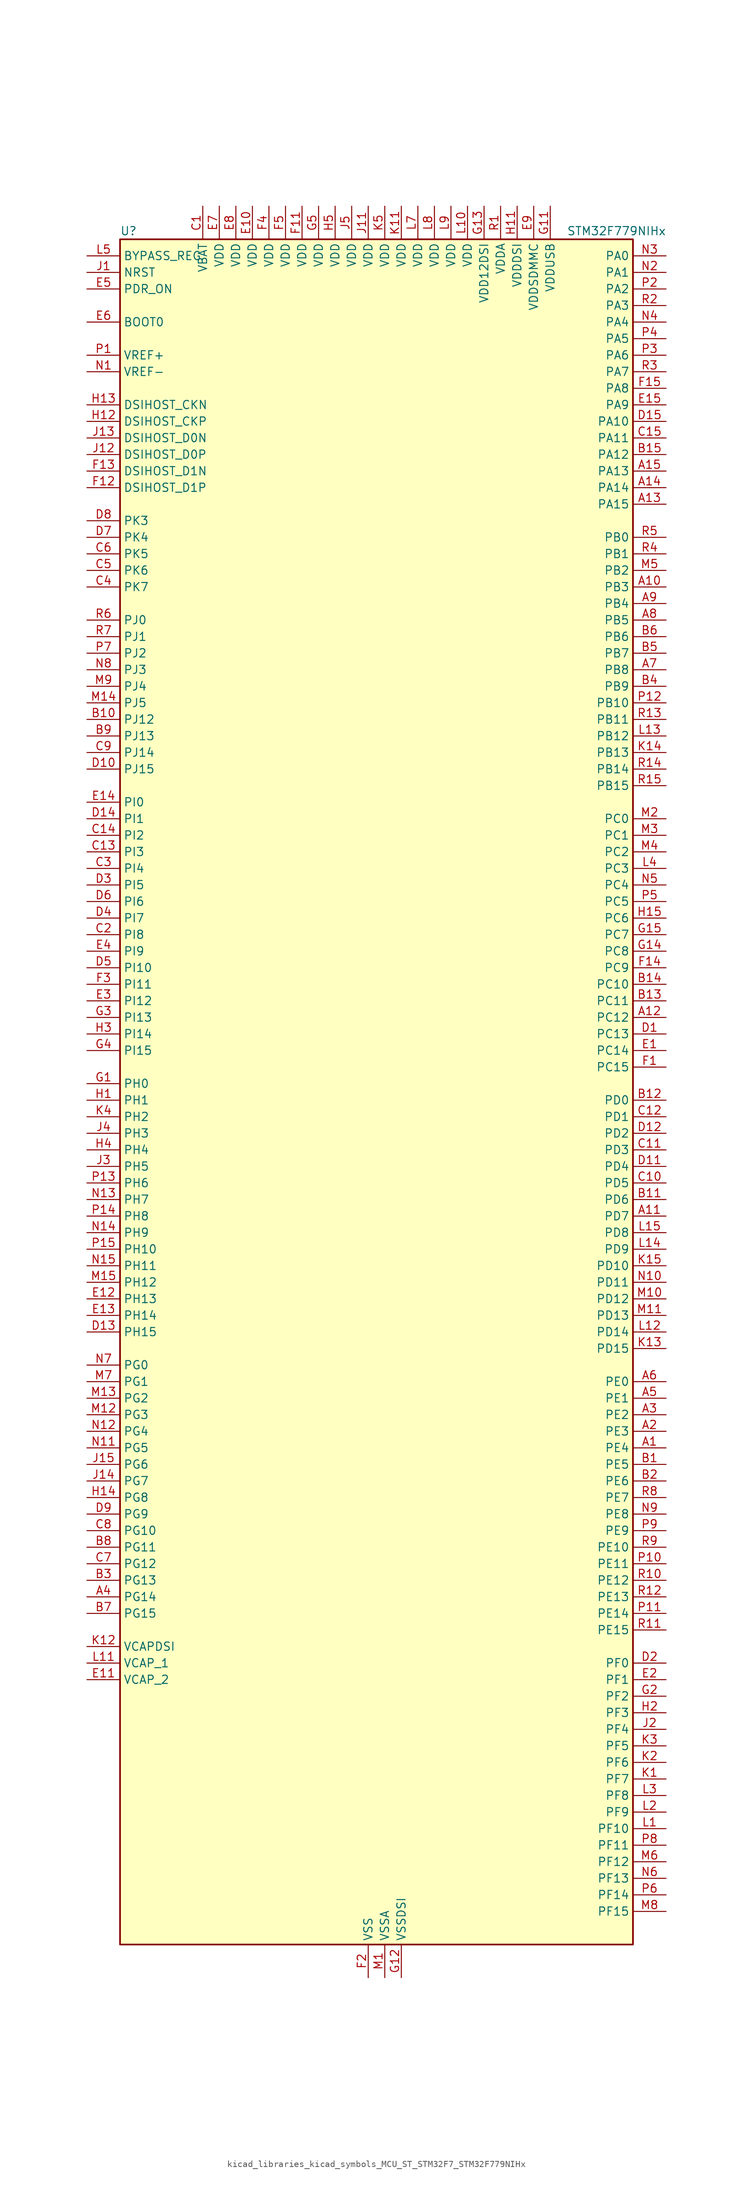
<source format=kicad_sym>
(kicad_symbol_lib
  (version 20220914)
  (generator kicad_symbol_editor)
  (symbol "kicad_libraries_kicad_symbols_MCU_ST_STM32F7_STM32F779NIHx"
    (property "Reference" "U"
      (at -38.1 133.35 0)
      (effects (font (size 1.27 1.27)) (justify left)))
    (property "Value" "STM32F779NIHx"
      (at 30.48 133.35 0)
      (effects (font (size 1.27 1.27)) (justify left)))
    (property "ki_locked" ""
      (at 0 0 0)
      (effects (font (size 1.27 1.27))))
    (symbol "kicad_libraries_kicad_symbols_MCU_ST_STM32F7_STM32F779NIHx_0_1"
      (rectangle (start -38.1 -129.54) (end 40.64 132.08) (stroke (width 0.254) (type default)) (fill (type background))))
    (symbol "kicad_libraries_kicad_symbols_MCU_ST_STM32F7_STM32F779NIHx_1_1"
      (pin bidirectional line (at 45.72 -53.34 180) (length 5.08) (name "PE4" (effects (font (size 1.27 1.27)))) (number "A1" (effects (font (size 1.27 1.27)))) (alternate "DCMI_D4" bidirectional line) (alternate "DFSDM1_DATIN3" bidirectional line) (alternate "FMC_A20" bidirectional line) (alternate "LTDC_B0" bidirectional line) (alternate "SAI1_FS_A" bidirectional line) (alternate "SPI4_NSS" bidirectional line) (alternate "SYS_TRACED1" bidirectional line))
      (pin bidirectional line (at 45.72 78.74 180) (length 5.08) (name "PB3" (effects (font (size 1.27 1.27)))) (number "A10" (effects (font (size 1.27 1.27)))) (alternate "CAN3_RX" bidirectional line) (alternate "I2S1_CK" bidirectional line) (alternate "I2S3_CK" bidirectional line) (alternate "SDMMC2_D2" bidirectional line) (alternate "SPI1_SCK" bidirectional line) (alternate "SPI3_SCK" bidirectional line) (alternate "SPI6_SCK" bidirectional line) (alternate "SYS_JTDO-SWO" bidirectional line) (alternate "TIM2_CH2" bidirectional line) (alternate "UART7_RX" bidirectional line))
      (pin bidirectional line (at 45.72 -17.78 180) (length 5.08) (name "PD7" (effects (font (size 1.27 1.27)))) (number "A11" (effects (font (size 1.27 1.27)))) (alternate "DFSDM1_CKIN1" bidirectional line) (alternate "DFSDM1_DATIN4" bidirectional line) (alternate "FMC_NE1" bidirectional line) (alternate "I2S1_SD" bidirectional line) (alternate "SDMMC2_CMD" bidirectional line) (alternate "SPDIFRX_IN0" bidirectional line) (alternate "SPI1_MOSI" bidirectional line) (alternate "USART2_CK" bidirectional line))
      (pin bidirectional line (at 45.72 12.7 180) (length 5.08) (name "PC12" (effects (font (size 1.27 1.27)))) (number "A12" (effects (font (size 1.27 1.27)))) (alternate "DCMI_D9" bidirectional line) (alternate "I2S3_SD" bidirectional line) (alternate "SDMMC1_CK" bidirectional line) (alternate "SPI3_MOSI" bidirectional line) (alternate "SYS_TRACED3" bidirectional line) (alternate "UART5_TX" bidirectional line) (alternate "USART3_CK" bidirectional line))
      (pin bidirectional line (at 45.72 91.44 180) (length 5.08) (name "PA15" (effects (font (size 1.27 1.27)))) (number "A13" (effects (font (size 1.27 1.27)))) (alternate "CAN3_TX" bidirectional line) (alternate "CEC" bidirectional line) (alternate "I2S1_WS" bidirectional line) (alternate "I2S3_WS" bidirectional line) (alternate "SPI1_NSS" bidirectional line) (alternate "SPI3_NSS" bidirectional line) (alternate "SPI6_NSS" bidirectional line) (alternate "SYS_JTDI" bidirectional line) (alternate "TIM2_CH1" bidirectional line) (alternate "TIM2_ETR" bidirectional line) (alternate "UART4_DE" bidirectional line) (alternate "UART4_RTS" bidirectional line) (alternate "UART7_TX" bidirectional line))
      (pin bidirectional line (at 45.72 93.98 180) (length 5.08) (name "PA14" (effects (font (size 1.27 1.27)))) (number "A14" (effects (font (size 1.27 1.27)))) (alternate "SYS_JTCK-SWCLK" bidirectional line))
      (pin bidirectional line (at 45.72 96.52 180) (length 5.08) (name "PA13" (effects (font (size 1.27 1.27)))) (number "A15" (effects (font (size 1.27 1.27)))) (alternate "SYS_JTMS-SWDIO" bidirectional line))
      (pin bidirectional line (at 45.72 -50.8 180) (length 5.08) (name "PE3" (effects (font (size 1.27 1.27)))) (number "A2" (effects (font (size 1.27 1.27)))) (alternate "FMC_A19" bidirectional line) (alternate "SAI1_SD_B" bidirectional line) (alternate "SYS_TRACED0" bidirectional line))
      (pin bidirectional line (at 45.72 -48.26 180) (length 5.08) (name "PE2" (effects (font (size 1.27 1.27)))) (number "A3" (effects (font (size 1.27 1.27)))) (alternate "ETH_TXD3" bidirectional line) (alternate "FMC_A23" bidirectional line) (alternate "QUADSPI_BK1_IO2" bidirectional line) (alternate "SAI1_MCLK_A" bidirectional line) (alternate "SPI4_SCK" bidirectional line) (alternate "SYS_TRACECLK" bidirectional line))
      (pin bidirectional line (at -43.18 -76.2 0) (length 5.08) (name "PG14" (effects (font (size 1.27 1.27)))) (number "A4" (effects (font (size 1.27 1.27)))) (alternate "ETH_TXD1" bidirectional line) (alternate "FMC_A25" bidirectional line) (alternate "LPTIM1_ETR" bidirectional line) (alternate "LTDC_B0" bidirectional line) (alternate "QUADSPI_BK2_IO3" bidirectional line) (alternate "SPI6_MOSI" bidirectional line) (alternate "SYS_TRACED1" bidirectional line) (alternate "USART6_TX" bidirectional line))
      (pin bidirectional line (at 45.72 -45.72 180) (length 5.08) (name "PE1" (effects (font (size 1.27 1.27)))) (number "A5" (effects (font (size 1.27 1.27)))) (alternate "DCMI_D3" bidirectional line) (alternate "FMC_NBL1" bidirectional line) (alternate "LPTIM1_IN2" bidirectional line) (alternate "UART8_TX" bidirectional line))
      (pin bidirectional line (at 45.72 -43.18 180) (length 5.08) (name "PE0" (effects (font (size 1.27 1.27)))) (number "A6" (effects (font (size 1.27 1.27)))) (alternate "DCMI_D2" bidirectional line) (alternate "FMC_NBL0" bidirectional line) (alternate "LPTIM1_ETR" bidirectional line) (alternate "SAI2_MCLK_A" bidirectional line) (alternate "TIM4_ETR" bidirectional line) (alternate "UART8_RX" bidirectional line))
      (pin bidirectional line (at 45.72 66.04 180) (length 5.08) (name "PB8" (effects (font (size 1.27 1.27)))) (number "A7" (effects (font (size 1.27 1.27)))) (alternate "CAN1_RX" bidirectional line) (alternate "DCMI_D6" bidirectional line) (alternate "DFSDM1_CKIN7" bidirectional line) (alternate "ETH_TXD3" bidirectional line) (alternate "I2C1_SCL" bidirectional line) (alternate "I2C4_SCL" bidirectional line) (alternate "LTDC_B6" bidirectional line) (alternate "SDMMC1_D4" bidirectional line) (alternate "SDMMC2_D4" bidirectional line) (alternate "TIM10_CH1" bidirectional line) (alternate "TIM4_CH3" bidirectional line) (alternate "UART5_RX" bidirectional line))
      (pin bidirectional line (at 45.72 73.66 180) (length 5.08) (name "PB5" (effects (font (size 1.27 1.27)))) (number "A8" (effects (font (size 1.27 1.27)))) (alternate "CAN2_RX" bidirectional line) (alternate "DCMI_D10" bidirectional line) (alternate "ETH_PPS_OUT" bidirectional line) (alternate "FMC_SDCKE1" bidirectional line) (alternate "I2C1_SMBA" bidirectional line) (alternate "I2S1_SD" bidirectional line) (alternate "I2S3_SD" bidirectional line) (alternate "LTDC_G7" bidirectional line) (alternate "SPI1_MOSI" bidirectional line) (alternate "SPI3_MOSI" bidirectional line) (alternate "SPI6_MOSI" bidirectional line) (alternate "TIM3_CH2" bidirectional line) (alternate "UART5_RX" bidirectional line) (alternate "USB_OTG_HS_ULPI_D7" bidirectional line))
      (pin bidirectional line (at 45.72 76.2 180) (length 5.08) (name "PB4" (effects (font (size 1.27 1.27)))) (number "A9" (effects (font (size 1.27 1.27)))) (alternate "CAN3_TX" bidirectional line) (alternate "I2S2_WS" bidirectional line) (alternate "SDMMC2_D3" bidirectional line) (alternate "SPI1_MISO" bidirectional line) (alternate "SPI2_NSS" bidirectional line) (alternate "SPI3_MISO" bidirectional line) (alternate "SPI6_MISO" bidirectional line) (alternate "SYS_JTRST" bidirectional line) (alternate "TIM3_CH1" bidirectional line) (alternate "UART7_TX" bidirectional line))
      (pin bidirectional line (at 45.72 -55.88 180) (length 5.08) (name "PE5" (effects (font (size 1.27 1.27)))) (number "B1" (effects (font (size 1.27 1.27)))) (alternate "DCMI_D6" bidirectional line) (alternate "DFSDM1_CKIN3" bidirectional line) (alternate "FMC_A21" bidirectional line) (alternate "LTDC_G0" bidirectional line) (alternate "SAI1_SCK_A" bidirectional line) (alternate "SPI4_MISO" bidirectional line) (alternate "SYS_TRACED2" bidirectional line) (alternate "TIM9_CH1" bidirectional line))
      (pin bidirectional line (at -43.18 58.42 0) (length 5.08) (name "PJ12" (effects (font (size 1.27 1.27)))) (number "B10" (effects (font (size 1.27 1.27)))) (alternate "LTDC_B0" bidirectional line) (alternate "LTDC_G3" bidirectional line))
      (pin bidirectional line (at 45.72 -15.24 180) (length 5.08) (name "PD6" (effects (font (size 1.27 1.27)))) (number "B11" (effects (font (size 1.27 1.27)))) (alternate "DCMI_D10" bidirectional line) (alternate "DFSDM1_CKIN4" bidirectional line) (alternate "DFSDM1_DATIN1" bidirectional line) (alternate "FMC_NWAIT" bidirectional line) (alternate "I2S3_SD" bidirectional line) (alternate "LTDC_B2" bidirectional line) (alternate "SAI1_SD_A" bidirectional line) (alternate "SDMMC2_CK" bidirectional line) (alternate "SPI3_MOSI" bidirectional line) (alternate "USART2_RX" bidirectional line))
      (pin bidirectional line (at 45.72 0 180) (length 5.08) (name "PD0" (effects (font (size 1.27 1.27)))) (number "B12" (effects (font (size 1.27 1.27)))) (alternate "CAN1_RX" bidirectional line) (alternate "DFSDM1_CKIN6" bidirectional line) (alternate "DFSDM1_DATIN7" bidirectional line) (alternate "FMC_D2" bidirectional line) (alternate "FMC_DA2" bidirectional line) (alternate "UART4_RX" bidirectional line))
      (pin bidirectional line (at 45.72 15.24 180) (length 5.08) (name "PC11" (effects (font (size 1.27 1.27)))) (number "B13" (effects (font (size 1.27 1.27)))) (alternate "ADC1_EXTI11" bidirectional line) (alternate "ADC2_EXTI11" bidirectional line) (alternate "ADC3_EXTI11" bidirectional line) (alternate "DCMI_D4" bidirectional line) (alternate "DFSDM1_DATIN5" bidirectional line) (alternate "QUADSPI_BK2_NCS" bidirectional line) (alternate "SDMMC1_D3" bidirectional line) (alternate "SPI3_MISO" bidirectional line) (alternate "UART4_RX" bidirectional line) (alternate "USART3_RX" bidirectional line))
      (pin bidirectional line (at 45.72 17.78 180) (length 5.08) (name "PC10" (effects (font (size 1.27 1.27)))) (number "B14" (effects (font (size 1.27 1.27)))) (alternate "DCMI_D8" bidirectional line) (alternate "DFSDM1_CKIN5" bidirectional line) (alternate "I2S3_CK" bidirectional line) (alternate "LTDC_R2" bidirectional line) (alternate "QUADSPI_BK1_IO1" bidirectional line) (alternate "SDMMC1_D2" bidirectional line) (alternate "SPI3_SCK" bidirectional line) (alternate "UART4_TX" bidirectional line) (alternate "USART3_TX" bidirectional line))
      (pin bidirectional line (at 45.72 99.06 180) (length 5.08) (name "PA12" (effects (font (size 1.27 1.27)))) (number "B15" (effects (font (size 1.27 1.27)))) (alternate "CAN1_TX" bidirectional line) (alternate "I2S2_CK" bidirectional line) (alternate "LTDC_R5" bidirectional line) (alternate "SAI2_FS_B" bidirectional line) (alternate "SPI2_SCK" bidirectional line) (alternate "TIM1_ETR" bidirectional line) (alternate "UART4_TX" bidirectional line) (alternate "USART1_DE" bidirectional line) (alternate "USART1_RTS" bidirectional line) (alternate "USB_OTG_FS_DP" bidirectional line))
      (pin bidirectional line (at 45.72 -58.42 180) (length 5.08) (name "PE6" (effects (font (size 1.27 1.27)))) (number "B2" (effects (font (size 1.27 1.27)))) (alternate "DCMI_D7" bidirectional line) (alternate "FMC_A22" bidirectional line) (alternate "LTDC_G1" bidirectional line) (alternate "SAI1_SD_A" bidirectional line) (alternate "SAI2_MCLK_B" bidirectional line) (alternate "SPI4_MOSI" bidirectional line) (alternate "SYS_TRACED3" bidirectional line) (alternate "TIM1_BKIN2" bidirectional line) (alternate "TIM9_CH2" bidirectional line))
      (pin bidirectional line (at -43.18 -73.66 0) (length 5.08) (name "PG13" (effects (font (size 1.27 1.27)))) (number "B3" (effects (font (size 1.27 1.27)))) (alternate "ETH_TXD0" bidirectional line) (alternate "FMC_A24" bidirectional line) (alternate "LPTIM1_OUT" bidirectional line) (alternate "LTDC_R0" bidirectional line) (alternate "SPI6_SCK" bidirectional line) (alternate "SYS_TRACED0" bidirectional line) (alternate "USART6_CTS" bidirectional line))
      (pin bidirectional line (at 45.72 63.5 180) (length 5.08) (name "PB9" (effects (font (size 1.27 1.27)))) (number "B4" (effects (font (size 1.27 1.27)))) (alternate "CAN1_TX" bidirectional line) (alternate "DAC_EXTI9" bidirectional line) (alternate "DCMI_D7" bidirectional line) (alternate "DFSDM1_DATIN7" bidirectional line) (alternate "I2C1_SDA" bidirectional line) (alternate "I2C4_SDA" bidirectional line) (alternate "I2C4_SMBA" bidirectional line) (alternate "I2S2_WS" bidirectional line) (alternate "LTDC_B7" bidirectional line) (alternate "SDMMC1_D5" bidirectional line) (alternate "SDMMC2_D5" bidirectional line) (alternate "SPI2_NSS" bidirectional line) (alternate "TIM11_CH1" bidirectional line) (alternate "TIM4_CH4" bidirectional line) (alternate "UART5_TX" bidirectional line))
      (pin bidirectional line (at 45.72 68.58 180) (length 5.08) (name "PB7" (effects (font (size 1.27 1.27)))) (number "B5" (effects (font (size 1.27 1.27)))) (alternate "DCMI_VSYNC" bidirectional line) (alternate "DFSDM1_CKIN5" bidirectional line) (alternate "FMC_NL" bidirectional line) (alternate "I2C1_SDA" bidirectional line) (alternate "I2C4_SDA" bidirectional line) (alternate "TIM4_CH2" bidirectional line) (alternate "USART1_RX" bidirectional line))
      (pin bidirectional line (at 45.72 71.12 180) (length 5.08) (name "PB6" (effects (font (size 1.27 1.27)))) (number "B6" (effects (font (size 1.27 1.27)))) (alternate "CAN2_TX" bidirectional line) (alternate "CEC" bidirectional line) (alternate "DCMI_D5" bidirectional line) (alternate "DFSDM1_DATIN5" bidirectional line) (alternate "FMC_SDNE1" bidirectional line) (alternate "I2C1_SCL" bidirectional line) (alternate "I2C4_SCL" bidirectional line) (alternate "QUADSPI_BK1_NCS" bidirectional line) (alternate "TIM4_CH1" bidirectional line) (alternate "UART5_TX" bidirectional line) (alternate "USART1_TX" bidirectional line))
      (pin bidirectional line (at -43.18 -78.74 0) (length 5.08) (name "PG15" (effects (font (size 1.27 1.27)))) (number "B7" (effects (font (size 1.27 1.27)))) (alternate "DCMI_D13" bidirectional line) (alternate "FMC_SDNCAS" bidirectional line) (alternate "USART6_CTS" bidirectional line))
      (pin bidirectional line (at -43.18 -68.58 0) (length 5.08) (name "PG11" (effects (font (size 1.27 1.27)))) (number "B8" (effects (font (size 1.27 1.27)))) (alternate "ADC1_EXTI11" bidirectional line) (alternate "ADC2_EXTI11" bidirectional line) (alternate "ADC3_EXTI11" bidirectional line) (alternate "DCMI_D3" bidirectional line) (alternate "ETH_TX_EN" bidirectional line) (alternate "I2S1_CK" bidirectional line) (alternate "LTDC_B3" bidirectional line) (alternate "SDMMC2_D2" bidirectional line) (alternate "SPDIFRX_IN0" bidirectional line) (alternate "SPI1_SCK" bidirectional line))
      (pin bidirectional line (at -43.18 55.88 0) (length 5.08) (name "PJ13" (effects (font (size 1.27 1.27)))) (number "B9" (effects (font (size 1.27 1.27)))) (alternate "LTDC_B1" bidirectional line) (alternate "LTDC_G4" bidirectional line))
      (pin power_in line (at -25.4 137.16 270) (length 5.08) (name "VBAT" (effects (font (size 1.27 1.27)))) (number "C1" (effects (font (size 1.27 1.27)))))
      (pin bidirectional line (at 45.72 -12.7 180) (length 5.08) (name "PD5" (effects (font (size 1.27 1.27)))) (number "C10" (effects (font (size 1.27 1.27)))) (alternate "FMC_NWE" bidirectional line) (alternate "USART2_TX" bidirectional line))
      (pin bidirectional line (at 45.72 -7.62 180) (length 5.08) (name "PD3" (effects (font (size 1.27 1.27)))) (number "C11" (effects (font (size 1.27 1.27)))) (alternate "DCMI_D5" bidirectional line) (alternate "DFSDM1_CKOUT" bidirectional line) (alternate "DFSDM1_DATIN0" bidirectional line) (alternate "FMC_CLK" bidirectional line) (alternate "I2S2_CK" bidirectional line) (alternate "LTDC_G7" bidirectional line) (alternate "SPI2_SCK" bidirectional line) (alternate "USART2_CTS" bidirectional line))
      (pin bidirectional line (at 45.72 -2.54 180) (length 5.08) (name "PD1" (effects (font (size 1.27 1.27)))) (number "C12" (effects (font (size 1.27 1.27)))) (alternate "CAN1_TX" bidirectional line) (alternate "DFSDM1_CKIN7" bidirectional line) (alternate "DFSDM1_DATIN6" bidirectional line) (alternate "FMC_D3" bidirectional line) (alternate "FMC_DA3" bidirectional line) (alternate "UART4_TX" bidirectional line))
      (pin bidirectional line (at -43.18 38.1 0) (length 5.08) (name "PI3" (effects (font (size 1.27 1.27)))) (number "C13" (effects (font (size 1.27 1.27)))) (alternate "DCMI_D10" bidirectional line) (alternate "FMC_D27" bidirectional line) (alternate "I2S2_SD" bidirectional line) (alternate "SPI2_MOSI" bidirectional line) (alternate "TIM8_ETR" bidirectional line))
      (pin bidirectional line (at -43.18 40.64 0) (length 5.08) (name "PI2" (effects (font (size 1.27 1.27)))) (number "C14" (effects (font (size 1.27 1.27)))) (alternate "DCMI_D9" bidirectional line) (alternate "FMC_D26" bidirectional line) (alternate "LTDC_G7" bidirectional line) (alternate "SPI2_MISO" bidirectional line) (alternate "TIM8_CH4" bidirectional line))
      (pin bidirectional line (at 45.72 101.6 180) (length 5.08) (name "PA11" (effects (font (size 1.27 1.27)))) (number "C15" (effects (font (size 1.27 1.27)))) (alternate "ADC1_EXTI11" bidirectional line) (alternate "ADC2_EXTI11" bidirectional line) (alternate "ADC3_EXTI11" bidirectional line) (alternate "CAN1_RX" bidirectional line) (alternate "I2S2_WS" bidirectional line) (alternate "LTDC_R4" bidirectional line) (alternate "SPI2_NSS" bidirectional line) (alternate "TIM1_CH4" bidirectional line) (alternate "UART4_RX" bidirectional line) (alternate "USART1_CTS" bidirectional line) (alternate "USB_OTG_FS_DM" bidirectional line))
      (pin bidirectional line (at -43.18 25.4 0) (length 5.08) (name "PI8" (effects (font (size 1.27 1.27)))) (number "C2" (effects (font (size 1.27 1.27)))) (alternate "RTC_TAMP2" bidirectional line) (alternate "RTC_TS" bidirectional line) (alternate "SYS_WKUP5" bidirectional line))
      (pin bidirectional line (at -43.18 35.56 0) (length 5.08) (name "PI4" (effects (font (size 1.27 1.27)))) (number "C3" (effects (font (size 1.27 1.27)))) (alternate "DCMI_D5" bidirectional line) (alternate "FMC_NBL2" bidirectional line) (alternate "LTDC_B4" bidirectional line) (alternate "SAI2_MCLK_A" bidirectional line) (alternate "TIM8_BKIN" bidirectional line))
      (pin bidirectional line (at -43.18 78.74 0) (length 5.08) (name "PK7" (effects (font (size 1.27 1.27)))) (number "C4" (effects (font (size 1.27 1.27)))) (alternate "LTDC_DE" bidirectional line))
      (pin bidirectional line (at -43.18 81.28 0) (length 5.08) (name "PK6" (effects (font (size 1.27 1.27)))) (number "C5" (effects (font (size 1.27 1.27)))) (alternate "LTDC_B7" bidirectional line))
      (pin bidirectional line (at -43.18 83.82 0) (length 5.08) (name "PK5" (effects (font (size 1.27 1.27)))) (number "C6" (effects (font (size 1.27 1.27)))) (alternate "LTDC_B6" bidirectional line))
      (pin bidirectional line (at -43.18 -71.12 0) (length 5.08) (name "PG12" (effects (font (size 1.27 1.27)))) (number "C7" (effects (font (size 1.27 1.27)))) (alternate "FMC_NE4" bidirectional line) (alternate "LPTIM1_IN1" bidirectional line) (alternate "LTDC_B1" bidirectional line) (alternate "LTDC_B4" bidirectional line) (alternate "SDMMC2_D3" bidirectional line) (alternate "SPDIFRX_IN1" bidirectional line) (alternate "SPI6_MISO" bidirectional line) (alternate "USART6_DE" bidirectional line) (alternate "USART6_RTS" bidirectional line))
      (pin bidirectional line (at -43.18 -66.04 0) (length 5.08) (name "PG10" (effects (font (size 1.27 1.27)))) (number "C8" (effects (font (size 1.27 1.27)))) (alternate "DCMI_D2" bidirectional line) (alternate "FMC_NE3" bidirectional line) (alternate "I2S1_WS" bidirectional line) (alternate "LTDC_B2" bidirectional line) (alternate "LTDC_G3" bidirectional line) (alternate "SAI2_SD_B" bidirectional line) (alternate "SDMMC2_D1" bidirectional line) (alternate "SPI1_NSS" bidirectional line))
      (pin bidirectional line (at -43.18 53.34 0) (length 5.08) (name "PJ14" (effects (font (size 1.27 1.27)))) (number "C9" (effects (font (size 1.27 1.27)))) (alternate "LTDC_B2" bidirectional line))
      (pin bidirectional line (at 45.72 10.16 180) (length 5.08) (name "PC13" (effects (font (size 1.27 1.27)))) (number "D1" (effects (font (size 1.27 1.27)))) (alternate "RTC_OUT" bidirectional line) (alternate "RTC_TAMP1" bidirectional line) (alternate "RTC_TS" bidirectional line) (alternate "SYS_WKUP4" bidirectional line))
      (pin bidirectional line (at -43.18 50.8 0) (length 5.08) (name "PJ15" (effects (font (size 1.27 1.27)))) (number "D10" (effects (font (size 1.27 1.27)))) (alternate "LTDC_B3" bidirectional line))
      (pin bidirectional line (at 45.72 -10.16 180) (length 5.08) (name "PD4" (effects (font (size 1.27 1.27)))) (number "D11" (effects (font (size 1.27 1.27)))) (alternate "DFSDM1_CKIN0" bidirectional line) (alternate "FMC_NOE" bidirectional line) (alternate "USART2_DE" bidirectional line) (alternate "USART2_RTS" bidirectional line))
      (pin bidirectional line (at 45.72 -5.08 180) (length 5.08) (name "PD2" (effects (font (size 1.27 1.27)))) (number "D12" (effects (font (size 1.27 1.27)))) (alternate "DCMI_D11" bidirectional line) (alternate "SDMMC1_CMD" bidirectional line) (alternate "SYS_TRACED2" bidirectional line) (alternate "TIM3_ETR" bidirectional line) (alternate "UART5_RX" bidirectional line))
      (pin bidirectional line (at -43.18 -35.56 0) (length 5.08) (name "PH15" (effects (font (size 1.27 1.27)))) (number "D13" (effects (font (size 1.27 1.27)))) (alternate "DCMI_D11" bidirectional line) (alternate "FMC_D23" bidirectional line) (alternate "LTDC_G4" bidirectional line) (alternate "TIM8_CH3N" bidirectional line))
      (pin bidirectional line (at -43.18 43.18 0) (length 5.08) (name "PI1" (effects (font (size 1.27 1.27)))) (number "D14" (effects (font (size 1.27 1.27)))) (alternate "DCMI_D8" bidirectional line) (alternate "FMC_D25" bidirectional line) (alternate "I2S2_CK" bidirectional line) (alternate "LTDC_G6" bidirectional line) (alternate "SPI2_SCK" bidirectional line) (alternate "TIM8_BKIN2" bidirectional line))
      (pin bidirectional line (at 45.72 104.14 180) (length 5.08) (name "PA10" (effects (font (size 1.27 1.27)))) (number "D15" (effects (font (size 1.27 1.27)))) (alternate "DCMI_D1" bidirectional line) (alternate "LTDC_B1" bidirectional line) (alternate "LTDC_B4" bidirectional line) (alternate "MDIOS_MDIO" bidirectional line) (alternate "TIM1_CH3" bidirectional line) (alternate "USART1_RX" bidirectional line) (alternate "USB_OTG_FS_ID" bidirectional line))
      (pin bidirectional line (at 45.72 -86.36 180) (length 5.08) (name "PF0" (effects (font (size 1.27 1.27)))) (number "D2" (effects (font (size 1.27 1.27)))) (alternate "FMC_A0" bidirectional line) (alternate "I2C2_SDA" bidirectional line))
      (pin bidirectional line (at -43.18 33.02 0) (length 5.08) (name "PI5" (effects (font (size 1.27 1.27)))) (number "D3" (effects (font (size 1.27 1.27)))) (alternate "DCMI_VSYNC" bidirectional line) (alternate "FMC_NBL3" bidirectional line) (alternate "LTDC_B5" bidirectional line) (alternate "SAI2_SCK_A" bidirectional line) (alternate "TIM8_CH1" bidirectional line))
      (pin bidirectional line (at -43.18 27.94 0) (length 5.08) (name "PI7" (effects (font (size 1.27 1.27)))) (number "D4" (effects (font (size 1.27 1.27)))) (alternate "DCMI_D7" bidirectional line) (alternate "FMC_D29" bidirectional line) (alternate "LTDC_B7" bidirectional line) (alternate "SAI2_FS_A" bidirectional line) (alternate "TIM8_CH3" bidirectional line))
      (pin bidirectional line (at -43.18 20.32 0) (length 5.08) (name "PI10" (effects (font (size 1.27 1.27)))) (number "D5" (effects (font (size 1.27 1.27)))) (alternate "ETH_RX_ER" bidirectional line) (alternate "FMC_D31" bidirectional line) (alternate "LTDC_HSYNC" bidirectional line))
      (pin bidirectional line (at -43.18 30.48 0) (length 5.08) (name "PI6" (effects (font (size 1.27 1.27)))) (number "D6" (effects (font (size 1.27 1.27)))) (alternate "DCMI_D6" bidirectional line) (alternate "FMC_D28" bidirectional line) (alternate "LTDC_B6" bidirectional line) (alternate "SAI2_SD_A" bidirectional line) (alternate "TIM8_CH2" bidirectional line))
      (pin bidirectional line (at -43.18 86.36 0) (length 5.08) (name "PK4" (effects (font (size 1.27 1.27)))) (number "D7" (effects (font (size 1.27 1.27)))) (alternate "LTDC_B5" bidirectional line))
      (pin bidirectional line (at -43.18 88.9 0) (length 5.08) (name "PK3" (effects (font (size 1.27 1.27)))) (number "D8" (effects (font (size 1.27 1.27)))) (alternate "LTDC_B4" bidirectional line))
      (pin bidirectional line (at -43.18 -63.5 0) (length 5.08) (name "PG9" (effects (font (size 1.27 1.27)))) (number "D9" (effects (font (size 1.27 1.27)))) (alternate "DAC_EXTI9" bidirectional line) (alternate "DCMI_VSYNC" bidirectional line) (alternate "FMC_NCE" bidirectional line) (alternate "FMC_NE2" bidirectional line) (alternate "QUADSPI_BK2_IO2" bidirectional line) (alternate "SAI2_FS_B" bidirectional line) (alternate "SDMMC2_D0" bidirectional line) (alternate "SPDIFRX_IN3" bidirectional line) (alternate "SPI1_MISO" bidirectional line) (alternate "USART6_RX" bidirectional line))
      (pin bidirectional line (at 45.72 7.62 180) (length 5.08) (name "PC14" (effects (font (size 1.27 1.27)))) (number "E1" (effects (font (size 1.27 1.27)))) (alternate "RCC_OSC32_IN" bidirectional line))
      (pin power_in line (at -17.78 137.16 270) (length 5.08) (name "VDD" (effects (font (size 1.27 1.27)))) (number "E10" (effects (font (size 1.27 1.27)))))
      (pin power_out line (at -43.18 -88.9 0) (length 5.08) (name "VCAP_2" (effects (font (size 1.27 1.27)))) (number "E11" (effects (font (size 1.27 1.27)))))
      (pin bidirectional line (at -43.18 -30.48 0) (length 5.08) (name "PH13" (effects (font (size 1.27 1.27)))) (number "E12" (effects (font (size 1.27 1.27)))) (alternate "CAN1_TX" bidirectional line) (alternate "FMC_D21" bidirectional line) (alternate "LTDC_G2" bidirectional line) (alternate "TIM8_CH1N" bidirectional line) (alternate "UART4_TX" bidirectional line))
      (pin bidirectional line (at -43.18 -33.02 0) (length 5.08) (name "PH14" (effects (font (size 1.27 1.27)))) (number "E13" (effects (font (size 1.27 1.27)))) (alternate "CAN1_RX" bidirectional line) (alternate "DCMI_D4" bidirectional line) (alternate "FMC_D22" bidirectional line) (alternate "LTDC_G3" bidirectional line) (alternate "TIM8_CH2N" bidirectional line) (alternate "UART4_RX" bidirectional line))
      (pin bidirectional line (at -43.18 45.72 0) (length 5.08) (name "PI0" (effects (font (size 1.27 1.27)))) (number "E14" (effects (font (size 1.27 1.27)))) (alternate "DCMI_D13" bidirectional line) (alternate "FMC_D24" bidirectional line) (alternate "I2S2_WS" bidirectional line) (alternate "LTDC_G5" bidirectional line) (alternate "SPI2_NSS" bidirectional line) (alternate "TIM5_CH4" bidirectional line))
      (pin bidirectional line (at 45.72 106.68 180) (length 5.08) (name "PA9" (effects (font (size 1.27 1.27)))) (number "E15" (effects (font (size 1.27 1.27)))) (alternate "DAC_EXTI9" bidirectional line) (alternate "DCMI_D0" bidirectional line) (alternate "I2C3_SMBA" bidirectional line) (alternate "I2S2_CK" bidirectional line) (alternate "LTDC_R5" bidirectional line) (alternate "SPI2_SCK" bidirectional line) (alternate "TIM1_CH2" bidirectional line) (alternate "USART1_TX" bidirectional line) (alternate "USB_OTG_FS_VBUS" bidirectional line))
      (pin bidirectional line (at 45.72 -88.9 180) (length 5.08) (name "PF1" (effects (font (size 1.27 1.27)))) (number "E2" (effects (font (size 1.27 1.27)))) (alternate "FMC_A1" bidirectional line) (alternate "I2C2_SCL" bidirectional line))
      (pin bidirectional line (at -43.18 15.24 0) (length 5.08) (name "PI12" (effects (font (size 1.27 1.27)))) (number "E3" (effects (font (size 1.27 1.27)))) (alternate "LTDC_HSYNC" bidirectional line))
      (pin bidirectional line (at -43.18 22.86 0) (length 5.08) (name "PI9" (effects (font (size 1.27 1.27)))) (number "E4" (effects (font (size 1.27 1.27)))) (alternate "CAN1_RX" bidirectional line) (alternate "DAC_EXTI9" bidirectional line) (alternate "FMC_D30" bidirectional line) (alternate "LTDC_VSYNC" bidirectional line) (alternate "UART4_RX" bidirectional line))
      (pin input line (at -43.18 124.46 0) (length 5.08) (name "PDR_ON" (effects (font (size 1.27 1.27)))) (number "E5" (effects (font (size 1.27 1.27)))))
      (pin input line (at -43.18 119.38 0) (length 5.08) (name "BOOT0" (effects (font (size 1.27 1.27)))) (number "E6" (effects (font (size 1.27 1.27)))))
      (pin power_in line (at -22.86 137.16 270) (length 5.08) (name "VDD" (effects (font (size 1.27 1.27)))) (number "E7" (effects (font (size 1.27 1.27)))))
      (pin power_in line (at -20.32 137.16 270) (length 5.08) (name "VDD" (effects (font (size 1.27 1.27)))) (number "E8" (effects (font (size 1.27 1.27)))))
      (pin power_in line (at 25.4 137.16 270) (length 5.08) (name "VDDSDMMC" (effects (font (size 1.27 1.27)))) (number "E9" (effects (font (size 1.27 1.27)))))
      (pin bidirectional line (at 45.72 5.08 180) (length 5.08) (name "PC15" (effects (font (size 1.27 1.27)))) (number "F1" (effects (font (size 1.27 1.27)))) (alternate "RCC_OSC32_OUT" bidirectional line))
      (pin passive line (at 0 -134.62 90) (length 5.08) hide (name "VSS" (effects (font (size 1.27 1.27)))) (number "F10" (effects (font (size 1.27 1.27)))))
      (pin power_in line (at -10.16 137.16 270) (length 5.08) (name "VDD" (effects (font (size 1.27 1.27)))) (number "F11" (effects (font (size 1.27 1.27)))))
      (pin bidirectional line (at -43.18 93.98 0) (length 5.08) (name "DSIHOST_D1P" (effects (font (size 1.27 1.27)))) (number "F12" (effects (font (size 1.27 1.27)))) (alternate "DSIHOST_D1P" bidirectional line))
      (pin bidirectional line (at -43.18 96.52 0) (length 5.08) (name "DSIHOST_D1N" (effects (font (size 1.27 1.27)))) (number "F13" (effects (font (size 1.27 1.27)))) (alternate "DSIHOST_D1N" bidirectional line))
      (pin bidirectional line (at 45.72 20.32 180) (length 5.08) (name "PC9" (effects (font (size 1.27 1.27)))) (number "F14" (effects (font (size 1.27 1.27)))) (alternate "DAC_EXTI9" bidirectional line) (alternate "DCMI_D3" bidirectional line) (alternate "I2C3_SDA" bidirectional line) (alternate "I2S_CKIN" bidirectional line) (alternate "LTDC_B2" bidirectional line) (alternate "LTDC_G3" bidirectional line) (alternate "QUADSPI_BK1_IO0" bidirectional line) (alternate "RCC_MCO_2" bidirectional line) (alternate "SDMMC1_D1" bidirectional line) (alternate "TIM3_CH4" bidirectional line) (alternate "TIM8_CH4" bidirectional line) (alternate "UART5_CTS" bidirectional line))
      (pin bidirectional line (at 45.72 109.22 180) (length 5.08) (name "PA8" (effects (font (size 1.27 1.27)))) (number "F15" (effects (font (size 1.27 1.27)))) (alternate "CAN3_RX" bidirectional line) (alternate "I2C3_SCL" bidirectional line) (alternate "LTDC_B3" bidirectional line) (alternate "LTDC_R6" bidirectional line) (alternate "RCC_MCO_1" bidirectional line) (alternate "TIM1_CH1" bidirectional line) (alternate "TIM8_BKIN2" bidirectional line) (alternate "UART7_RX" bidirectional line) (alternate "USART1_CK" bidirectional line) (alternate "USB_OTG_FS_SOF" bidirectional line))
      (pin power_in line (at 0 -134.62 90) (length 5.08) (name "VSS" (effects (font (size 1.27 1.27)))) (number "F2" (effects (font (size 1.27 1.27)))))
      (pin bidirectional line (at -43.18 17.78 0) (length 5.08) (name "PI11" (effects (font (size 1.27 1.27)))) (number "F3" (effects (font (size 1.27 1.27)))) (alternate "ADC1_EXTI11" bidirectional line) (alternate "ADC2_EXTI11" bidirectional line) (alternate "ADC3_EXTI11" bidirectional line) (alternate "LTDC_G6" bidirectional line) (alternate "SYS_WKUP6" bidirectional line) (alternate "USB_OTG_HS_ULPI_DIR" bidirectional line))
      (pin power_in line (at -15.24 137.16 270) (length 5.08) (name "VDD" (effects (font (size 1.27 1.27)))) (number "F4" (effects (font (size 1.27 1.27)))))
      (pin power_in line (at -12.7 137.16 270) (length 5.08) (name "VDD" (effects (font (size 1.27 1.27)))) (number "F5" (effects (font (size 1.27 1.27)))))
      (pin passive line (at 0 -134.62 90) (length 5.08) hide (name "VSS" (effects (font (size 1.27 1.27)))) (number "F6" (effects (font (size 1.27 1.27)))))
      (pin passive line (at 0 -134.62 90) (length 5.08) hide (name "VSS" (effects (font (size 1.27 1.27)))) (number "F7" (effects (font (size 1.27 1.27)))))
      (pin passive line (at 0 -134.62 90) (length 5.08) hide (name "VSS" (effects (font (size 1.27 1.27)))) (number "F8" (effects (font (size 1.27 1.27)))))
      (pin passive line (at 0 -134.62 90) (length 5.08) hide (name "VSS" (effects (font (size 1.27 1.27)))) (number "F9" (effects (font (size 1.27 1.27)))))
      (pin bidirectional line (at -43.18 2.54 0) (length 5.08) (name "PH0" (effects (font (size 1.27 1.27)))) (number "G1" (effects (font (size 1.27 1.27)))) (alternate "RCC_OSC_IN" bidirectional line))
      (pin passive line (at 0 -134.62 90) (length 5.08) hide (name "VSS" (effects (font (size 1.27 1.27)))) (number "G10" (effects (font (size 1.27 1.27)))))
      (pin power_in line (at 27.94 137.16 270) (length 5.08) (name "VDDUSB" (effects (font (size 1.27 1.27)))) (number "G11" (effects (font (size 1.27 1.27)))))
      (pin power_in line (at 5.08 -134.62 90) (length 5.08) (name "VSSDSI" (effects (font (size 1.27 1.27)))) (number "G12" (effects (font (size 1.27 1.27)))))
      (pin power_in line (at 17.78 137.16 270) (length 5.08) (name "VDD12DSI" (effects (font (size 1.27 1.27)))) (number "G13" (effects (font (size 1.27 1.27)))))
      (pin bidirectional line (at 45.72 22.86 180) (length 5.08) (name "PC8" (effects (font (size 1.27 1.27)))) (number "G14" (effects (font (size 1.27 1.27)))) (alternate "DCMI_D2" bidirectional line) (alternate "FMC_NCE" bidirectional line) (alternate "FMC_NE2" bidirectional line) (alternate "SDMMC1_D0" bidirectional line) (alternate "SYS_TRACED1" bidirectional line) (alternate "TIM3_CH3" bidirectional line) (alternate "TIM8_CH3" bidirectional line) (alternate "UART5_DE" bidirectional line) (alternate "UART5_RTS" bidirectional line) (alternate "USART6_CK" bidirectional line))
      (pin bidirectional line (at 45.72 25.4 180) (length 5.08) (name "PC7" (effects (font (size 1.27 1.27)))) (number "G15" (effects (font (size 1.27 1.27)))) (alternate "DCMI_D1" bidirectional line) (alternate "DFSDM1_DATIN3" bidirectional line) (alternate "FMC_NE1" bidirectional line) (alternate "I2S3_MCK" bidirectional line) (alternate "LTDC_G6" bidirectional line) (alternate "SDMMC1_D7" bidirectional line) (alternate "SDMMC2_D7" bidirectional line) (alternate "TIM3_CH2" bidirectional line) (alternate "TIM8_CH2" bidirectional line) (alternate "USART6_RX" bidirectional line))
      (pin bidirectional line (at 45.72 -91.44 180) (length 5.08) (name "PF2" (effects (font (size 1.27 1.27)))) (number "G2" (effects (font (size 1.27 1.27)))) (alternate "FMC_A2" bidirectional line) (alternate "I2C2_SMBA" bidirectional line))
      (pin bidirectional line (at -43.18 12.7 0) (length 5.08) (name "PI13" (effects (font (size 1.27 1.27)))) (number "G3" (effects (font (size 1.27 1.27)))) (alternate "LTDC_VSYNC" bidirectional line))
      (pin bidirectional line (at -43.18 7.62 0) (length 5.08) (name "PI15" (effects (font (size 1.27 1.27)))) (number "G4" (effects (font (size 1.27 1.27)))) (alternate "LTDC_G2" bidirectional line) (alternate "LTDC_R0" bidirectional line))
      (pin power_in line (at -7.62 137.16 270) (length 5.08) (name "VDD" (effects (font (size 1.27 1.27)))) (number "G5" (effects (font (size 1.27 1.27)))))
      (pin passive line (at 0 -134.62 90) (length 5.08) hide (name "VSS" (effects (font (size 1.27 1.27)))) (number "G6" (effects (font (size 1.27 1.27)))))
      (pin bidirectional line (at -43.18 0 0) (length 5.08) (name "PH1" (effects (font (size 1.27 1.27)))) (number "H1" (effects (font (size 1.27 1.27)))) (alternate "RCC_OSC_OUT" bidirectional line))
      (pin passive line (at 0 -134.62 90) (length 5.08) hide (name "VSS" (effects (font (size 1.27 1.27)))) (number "H10" (effects (font (size 1.27 1.27)))))
      (pin power_in line (at 22.86 137.16 270) (length 5.08) (name "VDDDSI" (effects (font (size 1.27 1.27)))) (number "H11" (effects (font (size 1.27 1.27)))))
      (pin bidirectional line (at -43.18 104.14 0) (length 5.08) (name "DSIHOST_CKP" (effects (font (size 1.27 1.27)))) (number "H12" (effects (font (size 1.27 1.27)))) (alternate "DSIHOST_CKP" bidirectional line))
      (pin bidirectional line (at -43.18 106.68 0) (length 5.08) (name "DSIHOST_CKN" (effects (font (size 1.27 1.27)))) (number "H13" (effects (font (size 1.27 1.27)))) (alternate "DSIHOST_CKN" bidirectional line))
      (pin bidirectional line (at -43.18 -60.96 0) (length 5.08) (name "PG8" (effects (font (size 1.27 1.27)))) (number "H14" (effects (font (size 1.27 1.27)))) (alternate "ETH_PPS_OUT" bidirectional line) (alternate "FMC_SDCLK" bidirectional line) (alternate "LTDC_G7" bidirectional line) (alternate "SPDIFRX_IN2" bidirectional line) (alternate "SPI6_NSS" bidirectional line) (alternate "USART6_DE" bidirectional line) (alternate "USART6_RTS" bidirectional line))
      (pin bidirectional line (at 45.72 27.94 180) (length 5.08) (name "PC6" (effects (font (size 1.27 1.27)))) (number "H15" (effects (font (size 1.27 1.27)))) (alternate "DCMI_D0" bidirectional line) (alternate "DFSDM1_CKIN3" bidirectional line) (alternate "FMC_NWAIT" bidirectional line) (alternate "I2S2_MCK" bidirectional line) (alternate "LTDC_HSYNC" bidirectional line) (alternate "SDMMC1_D6" bidirectional line) (alternate "SDMMC2_D6" bidirectional line) (alternate "TIM3_CH1" bidirectional line) (alternate "TIM8_CH1" bidirectional line) (alternate "USART6_TX" bidirectional line))
      (pin bidirectional line (at 45.72 -93.98 180) (length 5.08) (name "PF3" (effects (font (size 1.27 1.27)))) (number "H2" (effects (font (size 1.27 1.27)))) (alternate "ADC3_IN9" bidirectional line) (alternate "FMC_A3" bidirectional line))
      (pin bidirectional line (at -43.18 10.16 0) (length 5.08) (name "PI14" (effects (font (size 1.27 1.27)))) (number "H3" (effects (font (size 1.27 1.27)))) (alternate "LTDC_CLK" bidirectional line))
      (pin bidirectional line (at -43.18 -7.62 0) (length 5.08) (name "PH4" (effects (font (size 1.27 1.27)))) (number "H4" (effects (font (size 1.27 1.27)))) (alternate "I2C2_SCL" bidirectional line) (alternate "LTDC_G4" bidirectional line) (alternate "LTDC_G5" bidirectional line) (alternate "USB_OTG_HS_ULPI_NXT" bidirectional line))
      (pin power_in line (at -5.08 137.16 270) (length 5.08) (name "VDD" (effects (font (size 1.27 1.27)))) (number "H5" (effects (font (size 1.27 1.27)))))
      (pin passive line (at 0 -134.62 90) (length 5.08) hide (name "VSS" (effects (font (size 1.27 1.27)))) (number "H6" (effects (font (size 1.27 1.27)))))
      (pin input line (at -43.18 127 0) (length 5.08) (name "NRST" (effects (font (size 1.27 1.27)))) (number "J1" (effects (font (size 1.27 1.27)))))
      (pin passive line (at 0 -134.62 90) (length 5.08) hide (name "VSS" (effects (font (size 1.27 1.27)))) (number "J10" (effects (font (size 1.27 1.27)))))
      (pin power_in line (at 0 137.16 270) (length 5.08) (name "VDD" (effects (font (size 1.27 1.27)))) (number "J11" (effects (font (size 1.27 1.27)))))
      (pin bidirectional line (at -43.18 99.06 0) (length 5.08) (name "DSIHOST_D0P" (effects (font (size 1.27 1.27)))) (number "J12" (effects (font (size 1.27 1.27)))) (alternate "DSIHOST_D0P" bidirectional line))
      (pin bidirectional line (at -43.18 101.6 0) (length 5.08) (name "DSIHOST_D0N" (effects (font (size 1.27 1.27)))) (number "J13" (effects (font (size 1.27 1.27)))) (alternate "DSIHOST_D0N" bidirectional line))
      (pin bidirectional line (at -43.18 -58.42 0) (length 5.08) (name "PG7" (effects (font (size 1.27 1.27)))) (number "J14" (effects (font (size 1.27 1.27)))) (alternate "DCMI_D13" bidirectional line) (alternate "FMC_INT" bidirectional line) (alternate "LTDC_CLK" bidirectional line) (alternate "SAI1_MCLK_A" bidirectional line) (alternate "USART6_CK" bidirectional line))
      (pin bidirectional line (at -43.18 -55.88 0) (length 5.08) (name "PG6" (effects (font (size 1.27 1.27)))) (number "J15" (effects (font (size 1.27 1.27)))) (alternate "DCMI_D12" bidirectional line) (alternate "FMC_NE3" bidirectional line) (alternate "LTDC_R7" bidirectional line))
      (pin bidirectional line (at 45.72 -96.52 180) (length 5.08) (name "PF4" (effects (font (size 1.27 1.27)))) (number "J2" (effects (font (size 1.27 1.27)))) (alternate "ADC3_IN14" bidirectional line) (alternate "FMC_A4" bidirectional line))
      (pin bidirectional line (at -43.18 -10.16 0) (length 5.08) (name "PH5" (effects (font (size 1.27 1.27)))) (number "J3" (effects (font (size 1.27 1.27)))) (alternate "FMC_SDNWE" bidirectional line) (alternate "I2C2_SDA" bidirectional line) (alternate "SPI5_NSS" bidirectional line))
      (pin bidirectional line (at -43.18 -5.08 0) (length 5.08) (name "PH3" (effects (font (size 1.27 1.27)))) (number "J4" (effects (font (size 1.27 1.27)))) (alternate "ETH_COL" bidirectional line) (alternate "FMC_SDNE0" bidirectional line) (alternate "LTDC_R1" bidirectional line) (alternate "QUADSPI_BK2_IO1" bidirectional line) (alternate "SAI2_MCLK_B" bidirectional line))
      (pin power_in line (at -2.54 137.16 270) (length 5.08) (name "VDD" (effects (font (size 1.27 1.27)))) (number "J5" (effects (font (size 1.27 1.27)))))
      (pin passive line (at 0 -134.62 90) (length 5.08) hide (name "VSS" (effects (font (size 1.27 1.27)))) (number "J6" (effects (font (size 1.27 1.27)))))
      (pin bidirectional line (at 45.72 -104.14 180) (length 5.08) (name "PF7" (effects (font (size 1.27 1.27)))) (number "K1" (effects (font (size 1.27 1.27)))) (alternate "ADC3_IN5" bidirectional line) (alternate "QUADSPI_BK1_IO2" bidirectional line) (alternate "SAI1_MCLK_B" bidirectional line) (alternate "SPI5_SCK" bidirectional line) (alternate "TIM11_CH1" bidirectional line) (alternate "UART7_TX" bidirectional line))
      (pin passive line (at 0 -134.62 90) (length 5.08) hide (name "VSS" (effects (font (size 1.27 1.27)))) (number "K10" (effects (font (size 1.27 1.27)))))
      (pin power_in line (at 5.08 137.16 270) (length 5.08) (name "VDD" (effects (font (size 1.27 1.27)))) (number "K11" (effects (font (size 1.27 1.27)))))
      (pin power_out line (at -43.18 -83.82 0) (length 5.08) (name "VCAPDSI" (effects (font (size 1.27 1.27)))) (number "K12" (effects (font (size 1.27 1.27)))))
      (pin bidirectional line (at 45.72 -38.1 180) (length 5.08) (name "PD15" (effects (font (size 1.27 1.27)))) (number "K13" (effects (font (size 1.27 1.27)))) (alternate "FMC_D1" bidirectional line) (alternate "FMC_DA1" bidirectional line) (alternate "TIM4_CH4" bidirectional line) (alternate "UART8_DE" bidirectional line) (alternate "UART8_RTS" bidirectional line))
      (pin bidirectional line (at 45.72 53.34 180) (length 5.08) (name "PB13" (effects (font (size 1.27 1.27)))) (number "K14" (effects (font (size 1.27 1.27)))) (alternate "CAN2_TX" bidirectional line) (alternate "DFSDM1_CKIN1" bidirectional line) (alternate "ETH_TXD1" bidirectional line) (alternate "I2S2_CK" bidirectional line) (alternate "SPI2_SCK" bidirectional line) (alternate "TIM1_CH1N" bidirectional line) (alternate "UART5_TX" bidirectional line) (alternate "USART3_CTS" bidirectional line) (alternate "USB_OTG_HS_ULPI_D6" bidirectional line) (alternate "USB_OTG_HS_VBUS" bidirectional line))
      (pin bidirectional line (at 45.72 -25.4 180) (length 5.08) (name "PD10" (effects (font (size 1.27 1.27)))) (number "K15" (effects (font (size 1.27 1.27)))) (alternate "DFSDM1_CKOUT" bidirectional line) (alternate "FMC_D15" bidirectional line) (alternate "FMC_DA15" bidirectional line) (alternate "LTDC_B3" bidirectional line) (alternate "USART3_CK" bidirectional line))
      (pin bidirectional line (at 45.72 -101.6 180) (length 5.08) (name "PF6" (effects (font (size 1.27 1.27)))) (number "K2" (effects (font (size 1.27 1.27)))) (alternate "ADC3_IN4" bidirectional line) (alternate "QUADSPI_BK1_IO3" bidirectional line) (alternate "SAI1_SD_B" bidirectional line) (alternate "SPI5_NSS" bidirectional line) (alternate "TIM10_CH1" bidirectional line) (alternate "UART7_RX" bidirectional line))
      (pin bidirectional line (at 45.72 -99.06 180) (length 5.08) (name "PF5" (effects (font (size 1.27 1.27)))) (number "K3" (effects (font (size 1.27 1.27)))) (alternate "ADC3_IN15" bidirectional line) (alternate "FMC_A5" bidirectional line))
      (pin bidirectional line (at -43.18 -2.54 0) (length 5.08) (name "PH2" (effects (font (size 1.27 1.27)))) (number "K4" (effects (font (size 1.27 1.27)))) (alternate "ETH_CRS" bidirectional line) (alternate "FMC_SDCKE0" bidirectional line) (alternate "LPTIM1_IN2" bidirectional line) (alternate "LTDC_R0" bidirectional line) (alternate "QUADSPI_BK2_IO0" bidirectional line) (alternate "SAI2_SCK_B" bidirectional line))
      (pin power_in line (at 2.54 137.16 270) (length 5.08) (name "VDD" (effects (font (size 1.27 1.27)))) (number "K5" (effects (font (size 1.27 1.27)))))
      (pin passive line (at 0 -134.62 90) (length 5.08) hide (name "VSS" (effects (font (size 1.27 1.27)))) (number "K6" (effects (font (size 1.27 1.27)))))
      (pin passive line (at 0 -134.62 90) (length 5.08) hide (name "VSS" (effects (font (size 1.27 1.27)))) (number "K7" (effects (font (size 1.27 1.27)))))
      (pin passive line (at 0 -134.62 90) (length 5.08) hide (name "VSS" (effects (font (size 1.27 1.27)))) (number "K8" (effects (font (size 1.27 1.27)))))
      (pin passive line (at 0 -134.62 90) (length 5.08) hide (name "VSS" (effects (font (size 1.27 1.27)))) (number "K9" (effects (font (size 1.27 1.27)))))
      (pin bidirectional line (at 45.72 -111.76 180) (length 5.08) (name "PF10" (effects (font (size 1.27 1.27)))) (number "L1" (effects (font (size 1.27 1.27)))) (alternate "ADC3_IN8" bidirectional line) (alternate "DCMI_D11" bidirectional line) (alternate "LTDC_DE" bidirectional line) (alternate "QUADSPI_CLK" bidirectional line))
      (pin power_in line (at 15.24 137.16 270) (length 5.08) (name "VDD" (effects (font (size 1.27 1.27)))) (number "L10" (effects (font (size 1.27 1.27)))))
      (pin power_out line (at -43.18 -86.36 0) (length 5.08) (name "VCAP_1" (effects (font (size 1.27 1.27)))) (number "L11" (effects (font (size 1.27 1.27)))))
      (pin bidirectional line (at 45.72 -35.56 180) (length 5.08) (name "PD14" (effects (font (size 1.27 1.27)))) (number "L12" (effects (font (size 1.27 1.27)))) (alternate "FMC_D0" bidirectional line) (alternate "FMC_DA0" bidirectional line) (alternate "TIM4_CH3" bidirectional line) (alternate "UART8_CTS" bidirectional line))
      (pin bidirectional line (at 45.72 55.88 180) (length 5.08) (name "PB12" (effects (font (size 1.27 1.27)))) (number "L13" (effects (font (size 1.27 1.27)))) (alternate "CAN2_RX" bidirectional line) (alternate "DFSDM1_DATIN1" bidirectional line) (alternate "ETH_TXD0" bidirectional line) (alternate "I2C2_SMBA" bidirectional line) (alternate "I2S2_WS" bidirectional line) (alternate "SPI2_NSS" bidirectional line) (alternate "TIM1_BKIN" bidirectional line) (alternate "UART5_RX" bidirectional line) (alternate "USART3_CK" bidirectional line) (alternate "USB_OTG_HS_ID" bidirectional line) (alternate "USB_OTG_HS_ULPI_D5" bidirectional line))
      (pin bidirectional line (at 45.72 -22.86 180) (length 5.08) (name "PD9" (effects (font (size 1.27 1.27)))) (number "L14" (effects (font (size 1.27 1.27)))) (alternate "DAC_EXTI9" bidirectional line) (alternate "DFSDM1_DATIN3" bidirectional line) (alternate "FMC_D14" bidirectional line) (alternate "FMC_DA14" bidirectional line) (alternate "USART3_RX" bidirectional line))
      (pin bidirectional line (at 45.72 -20.32 180) (length 5.08) (name "PD8" (effects (font (size 1.27 1.27)))) (number "L15" (effects (font (size 1.27 1.27)))) (alternate "DFSDM1_CKIN3" bidirectional line) (alternate "FMC_D13" bidirectional line) (alternate "FMC_DA13" bidirectional line) (alternate "SPDIFRX_IN1" bidirectional line) (alternate "USART3_TX" bidirectional line))
      (pin bidirectional line (at 45.72 -109.22 180) (length 5.08) (name "PF9" (effects (font (size 1.27 1.27)))) (number "L2" (effects (font (size 1.27 1.27)))) (alternate "ADC3_IN7" bidirectional line) (alternate "DAC_EXTI9" bidirectional line) (alternate "QUADSPI_BK1_IO1" bidirectional line) (alternate "SAI1_FS_B" bidirectional line) (alternate "SPI5_MOSI" bidirectional line) (alternate "TIM14_CH1" bidirectional line) (alternate "UART7_CTS" bidirectional line))
      (pin bidirectional line (at 45.72 -106.68 180) (length 5.08) (name "PF8" (effects (font (size 1.27 1.27)))) (number "L3" (effects (font (size 1.27 1.27)))) (alternate "ADC3_IN6" bidirectional line) (alternate "QUADSPI_BK1_IO0" bidirectional line) (alternate "SAI1_SCK_B" bidirectional line) (alternate "SPI5_MISO" bidirectional line) (alternate "TIM13_CH1" bidirectional line) (alternate "UART7_DE" bidirectional line) (alternate "UART7_RTS" bidirectional line))
      (pin bidirectional line (at 45.72 35.56 180) (length 5.08) (name "PC3" (effects (font (size 1.27 1.27)))) (number "L4" (effects (font (size 1.27 1.27)))) (alternate "ADC1_IN13" bidirectional line) (alternate "ADC2_IN13" bidirectional line) (alternate "ADC3_IN13" bidirectional line) (alternate "DFSDM1_DATIN1" bidirectional line) (alternate "ETH_TX_CLK" bidirectional line) (alternate "FMC_SDCKE0" bidirectional line) (alternate "I2S2_SD" bidirectional line) (alternate "SPI2_MOSI" bidirectional line) (alternate "USB_OTG_HS_ULPI_NXT" bidirectional line))
      (pin input line (at -43.18 129.54 0) (length 5.08) (name "BYPASS_REG" (effects (font (size 1.27 1.27)))) (number "L5" (effects (font (size 1.27 1.27)))))
      (pin passive line (at 0 -134.62 90) (length 5.08) hide (name "VSS" (effects (font (size 1.27 1.27)))) (number "L6" (effects (font (size 1.27 1.27)))))
      (pin power_in line (at 7.62 137.16 270) (length 5.08) (name "VDD" (effects (font (size 1.27 1.27)))) (number "L7" (effects (font (size 1.27 1.27)))))
      (pin power_in line (at 10.16 137.16 270) (length 5.08) (name "VDD" (effects (font (size 1.27 1.27)))) (number "L8" (effects (font (size 1.27 1.27)))))
      (pin power_in line (at 12.7 137.16 270) (length 5.08) (name "VDD" (effects (font (size 1.27 1.27)))) (number "L9" (effects (font (size 1.27 1.27)))))
      (pin power_in line (at 2.54 -134.62 90) (length 5.08) (name "VSSA" (effects (font (size 1.27 1.27)))) (number "M1" (effects (font (size 1.27 1.27)))))
      (pin bidirectional line (at 45.72 -30.48 180) (length 5.08) (name "PD12" (effects (font (size 1.27 1.27)))) (number "M10" (effects (font (size 1.27 1.27)))) (alternate "FMC_A17" bidirectional line) (alternate "FMC_ALE" bidirectional line) (alternate "I2C4_SCL" bidirectional line) (alternate "LPTIM1_IN1" bidirectional line) (alternate "QUADSPI_BK1_IO1" bidirectional line) (alternate "SAI2_FS_A" bidirectional line) (alternate "TIM4_CH1" bidirectional line) (alternate "USART3_DE" bidirectional line) (alternate "USART3_RTS" bidirectional line))
      (pin bidirectional line (at 45.72 -33.02 180) (length 5.08) (name "PD13" (effects (font (size 1.27 1.27)))) (number "M11" (effects (font (size 1.27 1.27)))) (alternate "FMC_A18" bidirectional line) (alternate "I2C4_SDA" bidirectional line) (alternate "LPTIM1_OUT" bidirectional line) (alternate "QUADSPI_BK1_IO3" bidirectional line) (alternate "SAI2_SCK_A" bidirectional line) (alternate "TIM4_CH2" bidirectional line))
      (pin bidirectional line (at -43.18 -48.26 0) (length 5.08) (name "PG3" (effects (font (size 1.27 1.27)))) (number "M12" (effects (font (size 1.27 1.27)))) (alternate "FMC_A13" bidirectional line))
      (pin bidirectional line (at -43.18 -45.72 0) (length 5.08) (name "PG2" (effects (font (size 1.27 1.27)))) (number "M13" (effects (font (size 1.27 1.27)))) (alternate "FMC_A12" bidirectional line))
      (pin bidirectional line (at -43.18 60.96 0) (length 5.08) (name "PJ5" (effects (font (size 1.27 1.27)))) (number "M14" (effects (font (size 1.27 1.27)))) (alternate "LTDC_R6" bidirectional line))
      (pin bidirectional line (at -43.18 -27.94 0) (length 5.08) (name "PH12" (effects (font (size 1.27 1.27)))) (number "M15" (effects (font (size 1.27 1.27)))) (alternate "DCMI_D3" bidirectional line) (alternate "FMC_D20" bidirectional line) (alternate "I2C4_SDA" bidirectional line) (alternate "LTDC_R6" bidirectional line) (alternate "TIM5_CH3" bidirectional line))
      (pin bidirectional line (at 45.72 43.18 180) (length 5.08) (name "PC0" (effects (font (size 1.27 1.27)))) (number "M2" (effects (font (size 1.27 1.27)))) (alternate "ADC1_IN10" bidirectional line) (alternate "ADC2_IN10" bidirectional line) (alternate "ADC3_IN10" bidirectional line) (alternate "DFSDM1_CKIN0" bidirectional line) (alternate "DFSDM1_DATIN4" bidirectional line) (alternate "FMC_SDNWE" bidirectional line) (alternate "LTDC_R5" bidirectional line) (alternate "SAI2_FS_B" bidirectional line) (alternate "USB_OTG_HS_ULPI_STP" bidirectional line))
      (pin bidirectional line (at 45.72 40.64 180) (length 5.08) (name "PC1" (effects (font (size 1.27 1.27)))) (number "M3" (effects (font (size 1.27 1.27)))) (alternate "ADC1_IN11" bidirectional line) (alternate "ADC2_IN11" bidirectional line) (alternate "ADC3_IN11" bidirectional line) (alternate "DFSDM1_CKIN4" bidirectional line) (alternate "DFSDM1_DATIN0" bidirectional line) (alternate "ETH_MDC" bidirectional line) (alternate "I2S2_SD" bidirectional line) (alternate "MDIOS_MDC" bidirectional line) (alternate "RTC_TAMP3" bidirectional line) (alternate "RTC_TS" bidirectional line) (alternate "SAI1_SD_A" bidirectional line) (alternate "SPI2_MOSI" bidirectional line) (alternate "SYS_TRACED0" bidirectional line) (alternate "SYS_WKUP3" bidirectional line))
      (pin bidirectional line (at 45.72 38.1 180) (length 5.08) (name "PC2" (effects (font (size 1.27 1.27)))) (number "M4" (effects (font (size 1.27 1.27)))) (alternate "ADC1_IN12" bidirectional line) (alternate "ADC2_IN12" bidirectional line) (alternate "ADC3_IN12" bidirectional line) (alternate "DFSDM1_CKIN1" bidirectional line) (alternate "DFSDM1_CKOUT" bidirectional line) (alternate "ETH_TXD2" bidirectional line) (alternate "FMC_SDNE0" bidirectional line) (alternate "SPI2_MISO" bidirectional line) (alternate "USB_OTG_HS_ULPI_DIR" bidirectional line))
      (pin bidirectional line (at 45.72 81.28 180) (length 5.08) (name "PB2" (effects (font (size 1.27 1.27)))) (number "M5" (effects (font (size 1.27 1.27)))) (alternate "DFSDM1_CKIN1" bidirectional line) (alternate "I2S3_SD" bidirectional line) (alternate "QUADSPI_CLK" bidirectional line) (alternate "SAI1_SD_A" bidirectional line) (alternate "SPI3_MOSI" bidirectional line))
      (pin bidirectional line (at 45.72 -116.84 180) (length 5.08) (name "PF12" (effects (font (size 1.27 1.27)))) (number "M6" (effects (font (size 1.27 1.27)))) (alternate "FMC_A6" bidirectional line))
      (pin bidirectional line (at -43.18 -43.18 0) (length 5.08) (name "PG1" (effects (font (size 1.27 1.27)))) (number "M7" (effects (font (size 1.27 1.27)))) (alternate "FMC_A11" bidirectional line))
      (pin bidirectional line (at 45.72 -124.46 180) (length 5.08) (name "PF15" (effects (font (size 1.27 1.27)))) (number "M8" (effects (font (size 1.27 1.27)))) (alternate "FMC_A9" bidirectional line) (alternate "I2C4_SDA" bidirectional line))
      (pin bidirectional line (at -43.18 63.5 0) (length 5.08) (name "PJ4" (effects (font (size 1.27 1.27)))) (number "M9" (effects (font (size 1.27 1.27)))) (alternate "LTDC_R5" bidirectional line))
      (pin input line (at -43.18 111.76 0) (length 5.08) (name "VREF-" (effects (font (size 1.27 1.27)))) (number "N1" (effects (font (size 1.27 1.27)))))
      (pin bidirectional line (at 45.72 -27.94 180) (length 5.08) (name "PD11" (effects (font (size 1.27 1.27)))) (number "N10" (effects (font (size 1.27 1.27)))) (alternate "ADC1_EXTI11" bidirectional line) (alternate "ADC2_EXTI11" bidirectional line) (alternate "ADC3_EXTI11" bidirectional line) (alternate "FMC_A16" bidirectional line) (alternate "FMC_CLE" bidirectional line) (alternate "I2C4_SMBA" bidirectional line) (alternate "QUADSPI_BK1_IO0" bidirectional line) (alternate "SAI2_SD_A" bidirectional line) (alternate "USART3_CTS" bidirectional line))
      (pin bidirectional line (at -43.18 -53.34 0) (length 5.08) (name "PG5" (effects (font (size 1.27 1.27)))) (number "N11" (effects (font (size 1.27 1.27)))) (alternate "FMC_A15" bidirectional line) (alternate "FMC_BA1" bidirectional line))
      (pin bidirectional line (at -43.18 -50.8 0) (length 5.08) (name "PG4" (effects (font (size 1.27 1.27)))) (number "N12" (effects (font (size 1.27 1.27)))) (alternate "FMC_A14" bidirectional line) (alternate "FMC_BA0" bidirectional line))
      (pin bidirectional line (at -43.18 -15.24 0) (length 5.08) (name "PH7" (effects (font (size 1.27 1.27)))) (number "N13" (effects (font (size 1.27 1.27)))) (alternate "DCMI_D9" bidirectional line) (alternate "ETH_RXD3" bidirectional line) (alternate "FMC_SDCKE1" bidirectional line) (alternate "I2C3_SCL" bidirectional line) (alternate "SPI5_MISO" bidirectional line))
      (pin bidirectional line (at -43.18 -20.32 0) (length 5.08) (name "PH9" (effects (font (size 1.27 1.27)))) (number "N14" (effects (font (size 1.27 1.27)))) (alternate "DAC_EXTI9" bidirectional line) (alternate "DCMI_D0" bidirectional line) (alternate "FMC_D17" bidirectional line) (alternate "I2C3_SMBA" bidirectional line) (alternate "LTDC_R3" bidirectional line) (alternate "TIM12_CH2" bidirectional line))
      (pin bidirectional line (at -43.18 -25.4 0) (length 5.08) (name "PH11" (effects (font (size 1.27 1.27)))) (number "N15" (effects (font (size 1.27 1.27)))) (alternate "ADC1_EXTI11" bidirectional line) (alternate "ADC2_EXTI11" bidirectional line) (alternate "ADC3_EXTI11" bidirectional line) (alternate "DCMI_D2" bidirectional line) (alternate "FMC_D19" bidirectional line) (alternate "I2C4_SCL" bidirectional line) (alternate "LTDC_R5" bidirectional line) (alternate "TIM5_CH2" bidirectional line))
      (pin bidirectional line (at 45.72 127 180) (length 5.08) (name "PA1" (effects (font (size 1.27 1.27)))) (number "N2" (effects (font (size 1.27 1.27)))) (alternate "ADC1_IN1" bidirectional line) (alternate "ADC2_IN1" bidirectional line) (alternate "ADC3_IN1" bidirectional line) (alternate "ETH_REF_CLK" bidirectional line) (alternate "ETH_RX_CLK" bidirectional line) (alternate "LTDC_R2" bidirectional line) (alternate "QUADSPI_BK1_IO3" bidirectional line) (alternate "SAI2_MCLK_B" bidirectional line) (alternate "TIM2_CH2" bidirectional line) (alternate "TIM5_CH2" bidirectional line) (alternate "UART4_RX" bidirectional line) (alternate "USART2_DE" bidirectional line) (alternate "USART2_RTS" bidirectional line))
      (pin bidirectional line (at 45.72 129.54 180) (length 5.08) (name "PA0" (effects (font (size 1.27 1.27)))) (number "N3" (effects (font (size 1.27 1.27)))) (alternate "ADC1_IN0" bidirectional line) (alternate "ADC2_IN0" bidirectional line) (alternate "ADC3_IN0" bidirectional line) (alternate "ETH_CRS" bidirectional line) (alternate "SAI2_SD_B" bidirectional line) (alternate "SYS_WKUP1" bidirectional line) (alternate "TIM2_CH1" bidirectional line) (alternate "TIM2_ETR" bidirectional line) (alternate "TIM5_CH1" bidirectional line) (alternate "TIM8_ETR" bidirectional line) (alternate "UART4_TX" bidirectional line) (alternate "USART2_CTS" bidirectional line))
      (pin bidirectional line (at 45.72 119.38 180) (length 5.08) (name "PA4" (effects (font (size 1.27 1.27)))) (number "N4" (effects (font (size 1.27 1.27)))) (alternate "ADC1_IN4" bidirectional line) (alternate "ADC2_IN4" bidirectional line) (alternate "DAC_OUT1" bidirectional line) (alternate "DCMI_HSYNC" bidirectional line) (alternate "I2S1_WS" bidirectional line) (alternate "I2S3_WS" bidirectional line) (alternate "LTDC_VSYNC" bidirectional line) (alternate "SPI1_NSS" bidirectional line) (alternate "SPI3_NSS" bidirectional line) (alternate "SPI6_NSS" bidirectional line) (alternate "USART2_CK" bidirectional line) (alternate "USB_OTG_HS_SOF" bidirectional line))
      (pin bidirectional line (at 45.72 33.02 180) (length 5.08) (name "PC4" (effects (font (size 1.27 1.27)))) (number "N5" (effects (font (size 1.27 1.27)))) (alternate "ADC1_IN14" bidirectional line) (alternate "ADC2_IN14" bidirectional line) (alternate "DFSDM1_CKIN2" bidirectional line) (alternate "ETH_RXD0" bidirectional line) (alternate "FMC_SDNE0" bidirectional line) (alternate "I2S1_MCK" bidirectional line) (alternate "SPDIFRX_IN2" bidirectional line))
      (pin bidirectional line (at 45.72 -119.38 180) (length 5.08) (name "PF13" (effects (font (size 1.27 1.27)))) (number "N6" (effects (font (size 1.27 1.27)))) (alternate "DFSDM1_DATIN6" bidirectional line) (alternate "FMC_A7" bidirectional line) (alternate "I2C4_SMBA" bidirectional line))
      (pin bidirectional line (at -43.18 -40.64 0) (length 5.08) (name "PG0" (effects (font (size 1.27 1.27)))) (number "N7" (effects (font (size 1.27 1.27)))) (alternate "FMC_A10" bidirectional line))
      (pin bidirectional line (at -43.18 66.04 0) (length 5.08) (name "PJ3" (effects (font (size 1.27 1.27)))) (number "N8" (effects (font (size 1.27 1.27)))) (alternate "LTDC_R4" bidirectional line))
      (pin bidirectional line (at 45.72 -63.5 180) (length 5.08) (name "PE8" (effects (font (size 1.27 1.27)))) (number "N9" (effects (font (size 1.27 1.27)))) (alternate "DFSDM1_CKIN2" bidirectional line) (alternate "FMC_D5" bidirectional line) (alternate "FMC_DA5" bidirectional line) (alternate "QUADSPI_BK2_IO1" bidirectional line) (alternate "TIM1_CH1N" bidirectional line) (alternate "UART7_TX" bidirectional line))
      (pin input line (at -43.18 114.3 0) (length 5.08) (name "VREF+" (effects (font (size 1.27 1.27)))) (number "P1" (effects (font (size 1.27 1.27)))))
      (pin bidirectional line (at 45.72 -71.12 180) (length 5.08) (name "PE11" (effects (font (size 1.27 1.27)))) (number "P10" (effects (font (size 1.27 1.27)))) (alternate "ADC1_EXTI11" bidirectional line) (alternate "ADC2_EXTI11" bidirectional line) (alternate "ADC3_EXTI11" bidirectional line) (alternate "DFSDM1_CKIN4" bidirectional line) (alternate "FMC_D8" bidirectional line) (alternate "FMC_DA8" bidirectional line) (alternate "LTDC_G3" bidirectional line) (alternate "SAI2_SD_B" bidirectional line) (alternate "SPI4_NSS" bidirectional line) (alternate "TIM1_CH2" bidirectional line))
      (pin bidirectional line (at 45.72 -78.74 180) (length 5.08) (name "PE14" (effects (font (size 1.27 1.27)))) (number "P11" (effects (font (size 1.27 1.27)))) (alternate "FMC_D11" bidirectional line) (alternate "FMC_DA11" bidirectional line) (alternate "LTDC_CLK" bidirectional line) (alternate "SAI2_MCLK_B" bidirectional line) (alternate "SPI4_MOSI" bidirectional line) (alternate "TIM1_CH4" bidirectional line))
      (pin bidirectional line (at 45.72 60.96 180) (length 5.08) (name "PB10" (effects (font (size 1.27 1.27)))) (number "P12" (effects (font (size 1.27 1.27)))) (alternate "DFSDM1_DATIN7" bidirectional line) (alternate "ETH_RX_ER" bidirectional line) (alternate "I2C2_SCL" bidirectional line) (alternate "I2S2_CK" bidirectional line) (alternate "LTDC_G4" bidirectional line) (alternate "QUADSPI_BK1_NCS" bidirectional line) (alternate "SPI2_SCK" bidirectional line) (alternate "TIM2_CH3" bidirectional line) (alternate "USART3_TX" bidirectional line) (alternate "USB_OTG_HS_ULPI_D3" bidirectional line))
      (pin bidirectional line (at -43.18 -12.7 0) (length 5.08) (name "PH6" (effects (font (size 1.27 1.27)))) (number "P13" (effects (font (size 1.27 1.27)))) (alternate "DCMI_D8" bidirectional line) (alternate "ETH_RXD2" bidirectional line) (alternate "FMC_SDNE1" bidirectional line) (alternate "I2C2_SMBA" bidirectional line) (alternate "SPI5_SCK" bidirectional line) (alternate "TIM12_CH1" bidirectional line))
      (pin bidirectional line (at -43.18 -17.78 0) (length 5.08) (name "PH8" (effects (font (size 1.27 1.27)))) (number "P14" (effects (font (size 1.27 1.27)))) (alternate "DCMI_HSYNC" bidirectional line) (alternate "FMC_D16" bidirectional line) (alternate "I2C3_SDA" bidirectional line) (alternate "LTDC_R2" bidirectional line))
      (pin bidirectional line (at -43.18 -22.86 0) (length 5.08) (name "PH10" (effects (font (size 1.27 1.27)))) (number "P15" (effects (font (size 1.27 1.27)))) (alternate "DCMI_D1" bidirectional line) (alternate "FMC_D18" bidirectional line) (alternate "I2C4_SMBA" bidirectional line) (alternate "LTDC_R4" bidirectional line) (alternate "TIM5_CH1" bidirectional line))
      (pin bidirectional line (at 45.72 124.46 180) (length 5.08) (name "PA2" (effects (font (size 1.27 1.27)))) (number "P2" (effects (font (size 1.27 1.27)))) (alternate "ADC1_IN2" bidirectional line) (alternate "ADC2_IN2" bidirectional line) (alternate "ADC3_IN2" bidirectional line) (alternate "ETH_MDIO" bidirectional line) (alternate "LTDC_R1" bidirectional line) (alternate "MDIOS_MDIO" bidirectional line) (alternate "SAI2_SCK_B" bidirectional line) (alternate "SYS_WKUP2" bidirectional line) (alternate "TIM2_CH3" bidirectional line) (alternate "TIM5_CH3" bidirectional line) (alternate "TIM9_CH1" bidirectional line) (alternate "USART2_TX" bidirectional line))
      (pin bidirectional line (at 45.72 114.3 180) (length 5.08) (name "PA6" (effects (font (size 1.27 1.27)))) (number "P3" (effects (font (size 1.27 1.27)))) (alternate "ADC1_IN6" bidirectional line) (alternate "ADC2_IN6" bidirectional line) (alternate "DCMI_PIXCLK" bidirectional line) (alternate "LTDC_G2" bidirectional line) (alternate "MDIOS_MDC" bidirectional line) (alternate "SPI1_MISO" bidirectional line) (alternate "SPI6_MISO" bidirectional line) (alternate "TIM13_CH1" bidirectional line) (alternate "TIM1_BKIN" bidirectional line) (alternate "TIM3_CH1" bidirectional line) (alternate "TIM8_BKIN" bidirectional line))
      (pin bidirectional line (at 45.72 116.84 180) (length 5.08) (name "PA5" (effects (font (size 1.27 1.27)))) (number "P4" (effects (font (size 1.27 1.27)))) (alternate "ADC1_IN5" bidirectional line) (alternate "ADC2_IN5" bidirectional line) (alternate "DAC_OUT2" bidirectional line) (alternate "I2S1_CK" bidirectional line) (alternate "LTDC_R4" bidirectional line) (alternate "SPI1_SCK" bidirectional line) (alternate "SPI6_SCK" bidirectional line) (alternate "TIM2_CH1" bidirectional line) (alternate "TIM2_ETR" bidirectional line) (alternate "TIM8_CH1N" bidirectional line) (alternate "USB_OTG_HS_ULPI_CK" bidirectional line))
      (pin bidirectional line (at 45.72 30.48 180) (length 5.08) (name "PC5" (effects (font (size 1.27 1.27)))) (number "P5" (effects (font (size 1.27 1.27)))) (alternate "ADC1_IN15" bidirectional line) (alternate "ADC2_IN15" bidirectional line) (alternate "DFSDM1_DATIN2" bidirectional line) (alternate "ETH_RXD1" bidirectional line) (alternate "FMC_SDCKE0" bidirectional line) (alternate "SPDIFRX_IN3" bidirectional line))
      (pin bidirectional line (at 45.72 -121.92 180) (length 5.08) (name "PF14" (effects (font (size 1.27 1.27)))) (number "P6" (effects (font (size 1.27 1.27)))) (alternate "DFSDM1_CKIN6" bidirectional line) (alternate "FMC_A8" bidirectional line) (alternate "I2C4_SCL" bidirectional line))
      (pin bidirectional line (at -43.18 68.58 0) (length 5.08) (name "PJ2" (effects (font (size 1.27 1.27)))) (number "P7" (effects (font (size 1.27 1.27)))) (alternate "DSIHOST_TE" bidirectional line) (alternate "LTDC_R3" bidirectional line))
      (pin bidirectional line (at 45.72 -114.3 180) (length 5.08) (name "PF11" (effects (font (size 1.27 1.27)))) (number "P8" (effects (font (size 1.27 1.27)))) (alternate "ADC1_EXTI11" bidirectional line) (alternate "ADC2_EXTI11" bidirectional line) (alternate "ADC3_EXTI11" bidirectional line) (alternate "DCMI_D12" bidirectional line) (alternate "FMC_SDNRAS" bidirectional line) (alternate "SAI2_SD_B" bidirectional line) (alternate "SPI5_MOSI" bidirectional line))
      (pin bidirectional line (at 45.72 -66.04 180) (length 5.08) (name "PE9" (effects (font (size 1.27 1.27)))) (number "P9" (effects (font (size 1.27 1.27)))) (alternate "DAC_EXTI9" bidirectional line) (alternate "DFSDM1_CKOUT" bidirectional line) (alternate "FMC_D6" bidirectional line) (alternate "FMC_DA6" bidirectional line) (alternate "QUADSPI_BK2_IO2" bidirectional line) (alternate "TIM1_CH1" bidirectional line) (alternate "UART7_DE" bidirectional line) (alternate "UART7_RTS" bidirectional line))
      (pin power_in line (at 20.32 137.16 270) (length 5.08) (name "VDDA" (effects (font (size 1.27 1.27)))) (number "R1" (effects (font (size 1.27 1.27)))))
      (pin bidirectional line (at 45.72 -73.66 180) (length 5.08) (name "PE12" (effects (font (size 1.27 1.27)))) (number "R10" (effects (font (size 1.27 1.27)))) (alternate "DFSDM1_DATIN5" bidirectional line) (alternate "FMC_D9" bidirectional line) (alternate "FMC_DA9" bidirectional line) (alternate "LTDC_B4" bidirectional line) (alternate "SAI2_SCK_B" bidirectional line) (alternate "SPI4_SCK" bidirectional line) (alternate "TIM1_CH3N" bidirectional line))
      (pin bidirectional line (at 45.72 -81.28 180) (length 5.08) (name "PE15" (effects (font (size 1.27 1.27)))) (number "R11" (effects (font (size 1.27 1.27)))) (alternate "FMC_D12" bidirectional line) (alternate "FMC_DA12" bidirectional line) (alternate "LTDC_R7" bidirectional line) (alternate "TIM1_BKIN" bidirectional line))
      (pin bidirectional line (at 45.72 -76.2 180) (length 5.08) (name "PE13" (effects (font (size 1.27 1.27)))) (number "R12" (effects (font (size 1.27 1.27)))) (alternate "DFSDM1_CKIN5" bidirectional line) (alternate "FMC_D10" bidirectional line) (alternate "FMC_DA10" bidirectional line) (alternate "LTDC_DE" bidirectional line) (alternate "SAI2_FS_B" bidirectional line) (alternate "SPI4_MISO" bidirectional line) (alternate "TIM1_CH3" bidirectional line))
      (pin bidirectional line (at 45.72 58.42 180) (length 5.08) (name "PB11" (effects (font (size 1.27 1.27)))) (number "R13" (effects (font (size 1.27 1.27)))) (alternate "ADC1_EXTI11" bidirectional line) (alternate "ADC2_EXTI11" bidirectional line) (alternate "ADC3_EXTI11" bidirectional line) (alternate "DFSDM1_CKIN7" bidirectional line) (alternate "DSIHOST_TE" bidirectional line) (alternate "ETH_TX_EN" bidirectional line) (alternate "I2C2_SDA" bidirectional line) (alternate "LTDC_G5" bidirectional line) (alternate "TIM2_CH4" bidirectional line) (alternate "USART3_RX" bidirectional line) (alternate "USB_OTG_HS_ULPI_D4" bidirectional line))
      (pin bidirectional line (at 45.72 50.8 180) (length 5.08) (name "PB14" (effects (font (size 1.27 1.27)))) (number "R14" (effects (font (size 1.27 1.27)))) (alternate "DFSDM1_DATIN2" bidirectional line) (alternate "SDMMC2_D0" bidirectional line) (alternate "SPI2_MISO" bidirectional line) (alternate "TIM12_CH1" bidirectional line) (alternate "TIM1_CH2N" bidirectional line) (alternate "TIM8_CH2N" bidirectional line) (alternate "UART4_DE" bidirectional line) (alternate "UART4_RTS" bidirectional line) (alternate "USART1_TX" bidirectional line) (alternate "USART3_DE" bidirectional line) (alternate "USART3_RTS" bidirectional line) (alternate "USB_OTG_HS_DM" bidirectional line))
      (pin bidirectional line (at 45.72 48.26 180) (length 5.08) (name "PB15" (effects (font (size 1.27 1.27)))) (number "R15" (effects (font (size 1.27 1.27)))) (alternate "DFSDM1_CKIN2" bidirectional line) (alternate "I2S2_SD" bidirectional line) (alternate "RTC_REFIN" bidirectional line) (alternate "SDMMC2_D1" bidirectional line) (alternate "SPI2_MOSI" bidirectional line) (alternate "TIM12_CH2" bidirectional line) (alternate "TIM1_CH3N" bidirectional line) (alternate "TIM8_CH3N" bidirectional line) (alternate "UART4_CTS" bidirectional line) (alternate "USART1_RX" bidirectional line) (alternate "USB_OTG_HS_DP" bidirectional line))
      (pin bidirectional line (at 45.72 121.92 180) (length 5.08) (name "PA3" (effects (font (size 1.27 1.27)))) (number "R2" (effects (font (size 1.27 1.27)))) (alternate "ADC1_IN3" bidirectional line) (alternate "ADC2_IN3" bidirectional line) (alternate "ADC3_IN3" bidirectional line) (alternate "ETH_COL" bidirectional line) (alternate "LTDC_B2" bidirectional line) (alternate "LTDC_B5" bidirectional line) (alternate "TIM2_CH4" bidirectional line) (alternate "TIM5_CH4" bidirectional line) (alternate "TIM9_CH2" bidirectional line) (alternate "USART2_RX" bidirectional line) (alternate "USB_OTG_HS_ULPI_D0" bidirectional line))
      (pin bidirectional line (at 45.72 111.76 180) (length 5.08) (name "PA7" (effects (font (size 1.27 1.27)))) (number "R3" (effects (font (size 1.27 1.27)))) (alternate "ADC1_IN7" bidirectional line) (alternate "ADC2_IN7" bidirectional line) (alternate "ETH_CRS_DV" bidirectional line) (alternate "ETH_RX_DV" bidirectional line) (alternate "FMC_SDNWE" bidirectional line) (alternate "I2S1_SD" bidirectional line) (alternate "SPI1_MOSI" bidirectional line) (alternate "SPI6_MOSI" bidirectional line) (alternate "TIM14_CH1" bidirectional line) (alternate "TIM1_CH1N" bidirectional line) (alternate "TIM3_CH2" bidirectional line) (alternate "TIM8_CH1N" bidirectional line))
      (pin bidirectional line (at 45.72 83.82 180) (length 5.08) (name "PB1" (effects (font (size 1.27 1.27)))) (number "R4" (effects (font (size 1.27 1.27)))) (alternate "ADC1_IN9" bidirectional line) (alternate "ADC2_IN9" bidirectional line) (alternate "DFSDM1_DATIN1" bidirectional line) (alternate "ETH_RXD3" bidirectional line) (alternate "LTDC_G0" bidirectional line) (alternate "LTDC_R6" bidirectional line) (alternate "TIM1_CH3N" bidirectional line) (alternate "TIM3_CH4" bidirectional line) (alternate "TIM8_CH3N" bidirectional line) (alternate "USB_OTG_HS_ULPI_D2" bidirectional line))
      (pin bidirectional line (at 45.72 86.36 180) (length 5.08) (name "PB0" (effects (font (size 1.27 1.27)))) (number "R5" (effects (font (size 1.27 1.27)))) (alternate "ADC1_IN8" bidirectional line) (alternate "ADC2_IN8" bidirectional line) (alternate "DFSDM1_CKOUT" bidirectional line) (alternate "ETH_RXD2" bidirectional line) (alternate "LTDC_G1" bidirectional line) (alternate "LTDC_R3" bidirectional line) (alternate "TIM1_CH2N" bidirectional line) (alternate "TIM3_CH3" bidirectional line) (alternate "TIM8_CH2N" bidirectional line) (alternate "UART4_CTS" bidirectional line) (alternate "USB_OTG_HS_ULPI_D1" bidirectional line))
      (pin bidirectional line (at -43.18 73.66 0) (length 5.08) (name "PJ0" (effects (font (size 1.27 1.27)))) (number "R6" (effects (font (size 1.27 1.27)))) (alternate "LTDC_R1" bidirectional line) (alternate "LTDC_R7" bidirectional line))
      (pin bidirectional line (at -43.18 71.12 0) (length 5.08) (name "PJ1" (effects (font (size 1.27 1.27)))) (number "R7" (effects (font (size 1.27 1.27)))) (alternate "LTDC_R2" bidirectional line))
      (pin bidirectional line (at 45.72 -60.96 180) (length 5.08) (name "PE7" (effects (font (size 1.27 1.27)))) (number "R8" (effects (font (size 1.27 1.27)))) (alternate "DFSDM1_DATIN2" bidirectional line) (alternate "FMC_D4" bidirectional line) (alternate "FMC_DA4" bidirectional line) (alternate "QUADSPI_BK2_IO0" bidirectional line) (alternate "TIM1_ETR" bidirectional line) (alternate "UART7_RX" bidirectional line))
      (pin bidirectional line (at 45.72 -68.58 180) (length 5.08) (name "PE10" (effects (font (size 1.27 1.27)))) (number "R9" (effects (font (size 1.27 1.27)))) (alternate "DFSDM1_DATIN4" bidirectional line) (alternate "FMC_D7" bidirectional line) (alternate "FMC_DA7" bidirectional line) (alternate "QUADSPI_BK2_IO3" bidirectional line) (alternate "TIM1_CH2N" bidirectional line) (alternate "UART7_CTS" bidirectional line)))))
</source>
